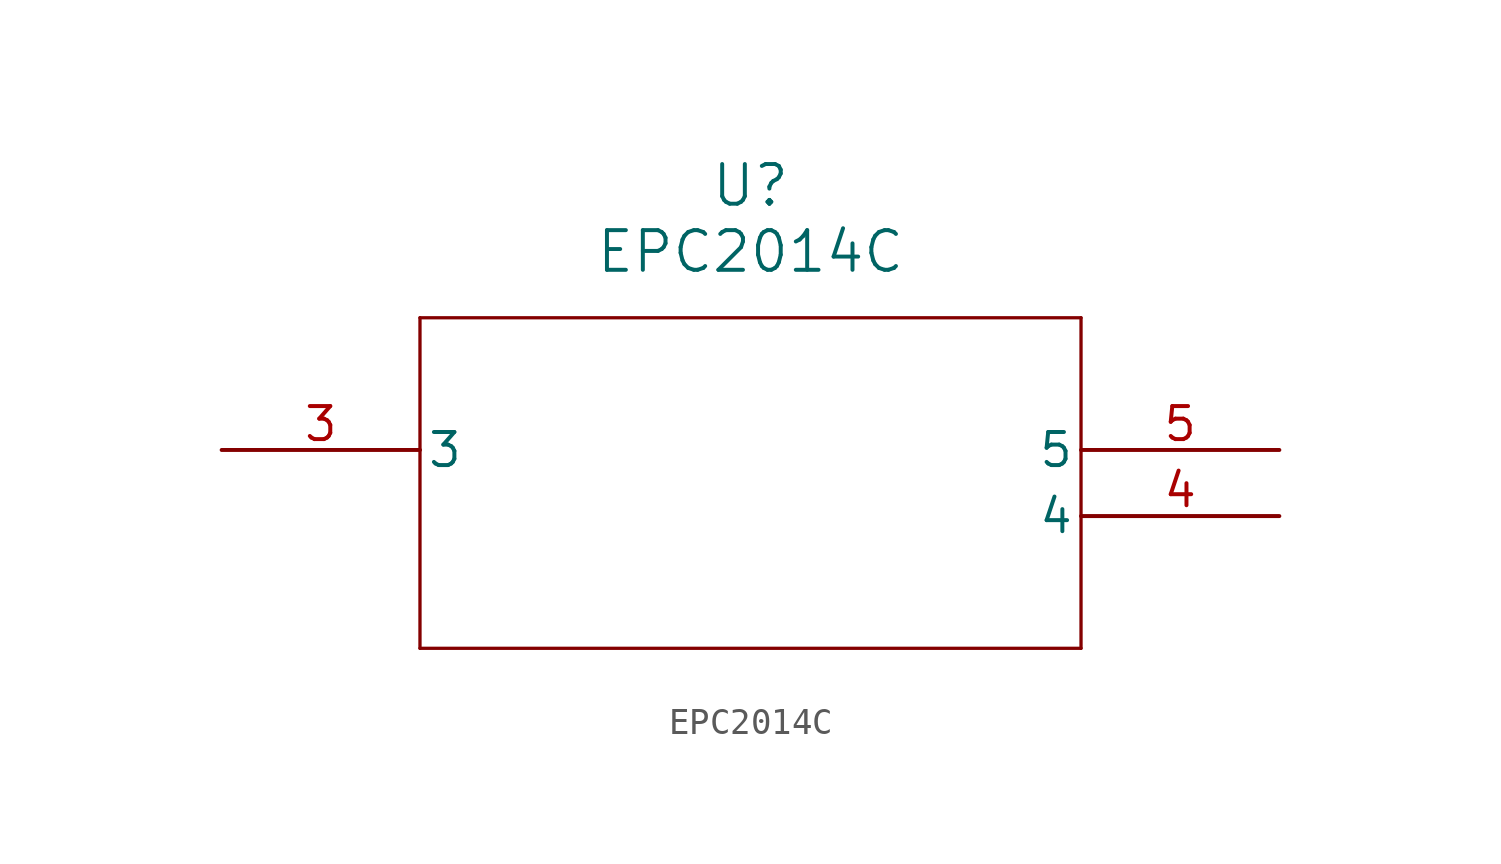
<source format=kicad_sym>
(kicad_symbol_lib
  (version 20211014)
  (generator kicad_symbol_editor)
  (symbol "EPC2014C"
    (pin_names
      (offset 0.254))
    (property "Reference" "U"
      (at 20.32 10.16 0)
      (effects (font (size 1.524 1.524))))
    (property "Value" "EPC2014C"
      (at 20.32 7.62 0)
      (effects (font (size 1.524 1.524))))
    (symbol "EPC2014C_0_1"
      (polyline (pts (xy 7.62 5.08) (xy 7.62 -7.62)) (stroke (width 0.127) (type default) (color 0 0 0 0)) (fill (type none)))
      (polyline (pts (xy 7.62 -7.62) (xy 33.02 -7.62)) (stroke (width 0.127) (type default) (color 0 0 0 0)) (fill (type none)))
      (polyline (pts (xy 33.02 -7.62) (xy 33.02 5.08)) (stroke (width 0.127) (type default) (color 0 0 0 0)) (fill (type none)))
      (polyline (pts (xy 33.02 5.08) (xy 7.62 5.08)) (stroke (width 0.127) (type default) (color 0 0 0 0)) (fill (type none)))
      (pin unspecified line (at 0 0 0) (length 7.62) (name "3" (effects (font (size 1.27 1.27)))) (number "3" (effects (font (size 1.27 1.27)))))
      (pin unspecified line (at 40.64 -2.54 180) (length 7.62) (name "4" (effects (font (size 1.27 1.27)))) (number "4" (effects (font (size 1.27 1.27)))))
      (pin unspecified line (at 40.64 0 180) (length 7.62) (name "5" (effects (font (size 1.27 1.27)))) (number "5" (effects (font (size 1.27 1.27))))))))
</source>
